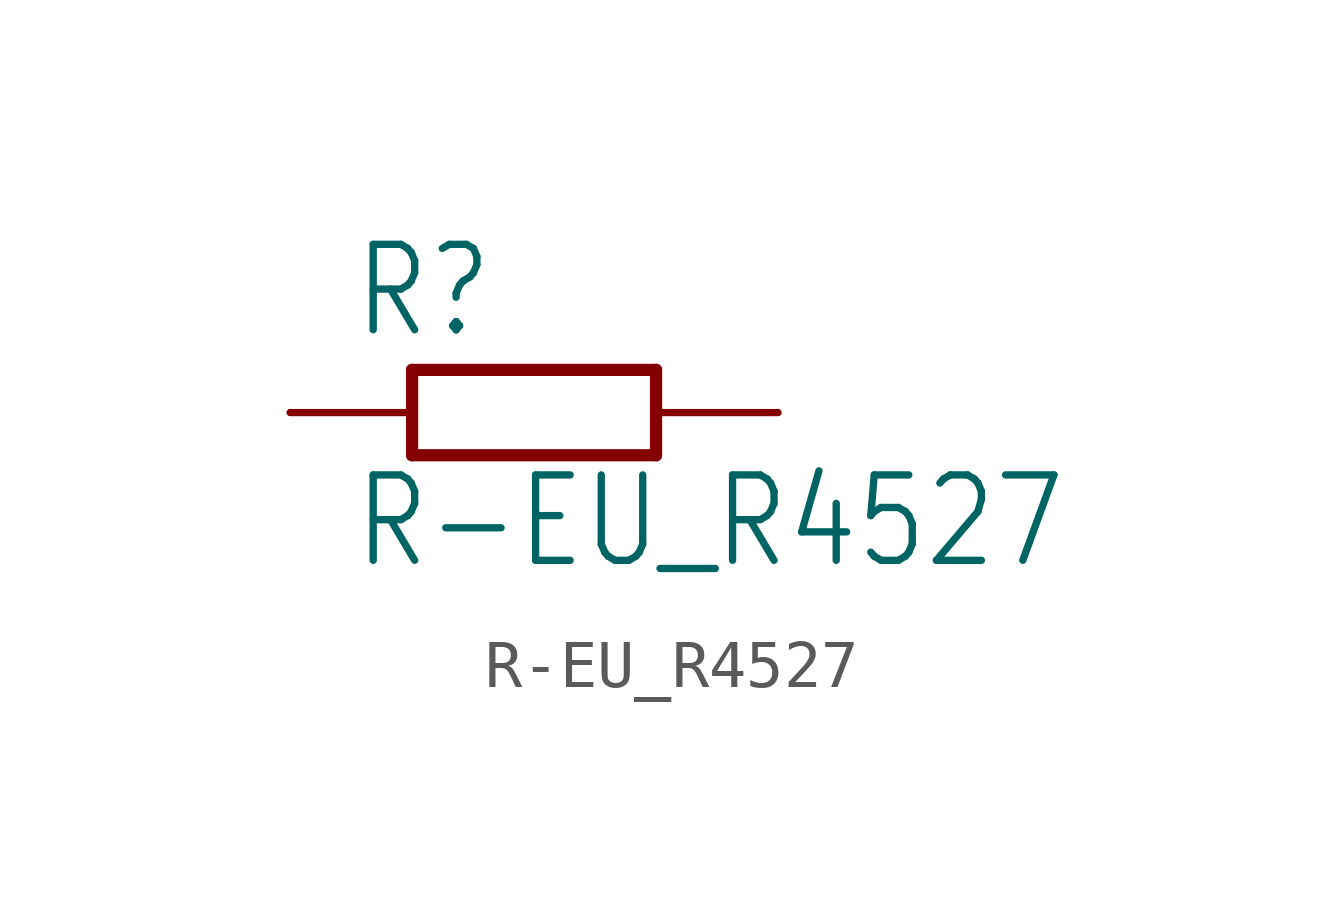
<source format=kicad_sym>
(kicad_symbol_lib
  (version 20220331)
  (generator kicad_symbol_editor)
  (symbol "R-EU_R4527"
    (property "Reference" "R"
      (at -3.81 1.499 0)
      (effects (font (size 1.778 1.511)) (justify left bottom)))
    (property "Value" "R-EU_R4527"
      (at -3.81 -3.302 0)
      (effects (font (size 1.778 1.511)) (justify left bottom)))
    (property "ki_locked" ""
      (at 0 0 0)
      (effects (font (size 1.27 1.27))))
    (symbol "R-EU_R4527_1_0"
      (polyline (pts (xy -2.54 -0.889) (xy -2.54 0.889)) (stroke (width 0.254) (type solid)) (fill (type none)))
      (polyline (pts (xy -2.54 -0.889) (xy 2.54 -0.889)) (stroke (width 0.254) (type solid)) (fill (type none)))
      (polyline (pts (xy 2.54 -0.889) (xy 2.54 0.889)) (stroke (width 0.254) (type solid)) (fill (type none)))
      (polyline (pts (xy 2.54 0.889) (xy -2.54 0.889)) (stroke (width 0.254) (type solid)) (fill (type none)))
      (pin passive line (at -5.08 0 0) (length 2.54) (name "1" (effects (font (size 0 0)))) (number "1" (effects (font (size 0 0)))))
      (pin passive line (at 5.08 0 180) (length 2.54) (name "2" (effects (font (size 0 0)))) (number "2" (effects (font (size 0 0))))))))
</source>
